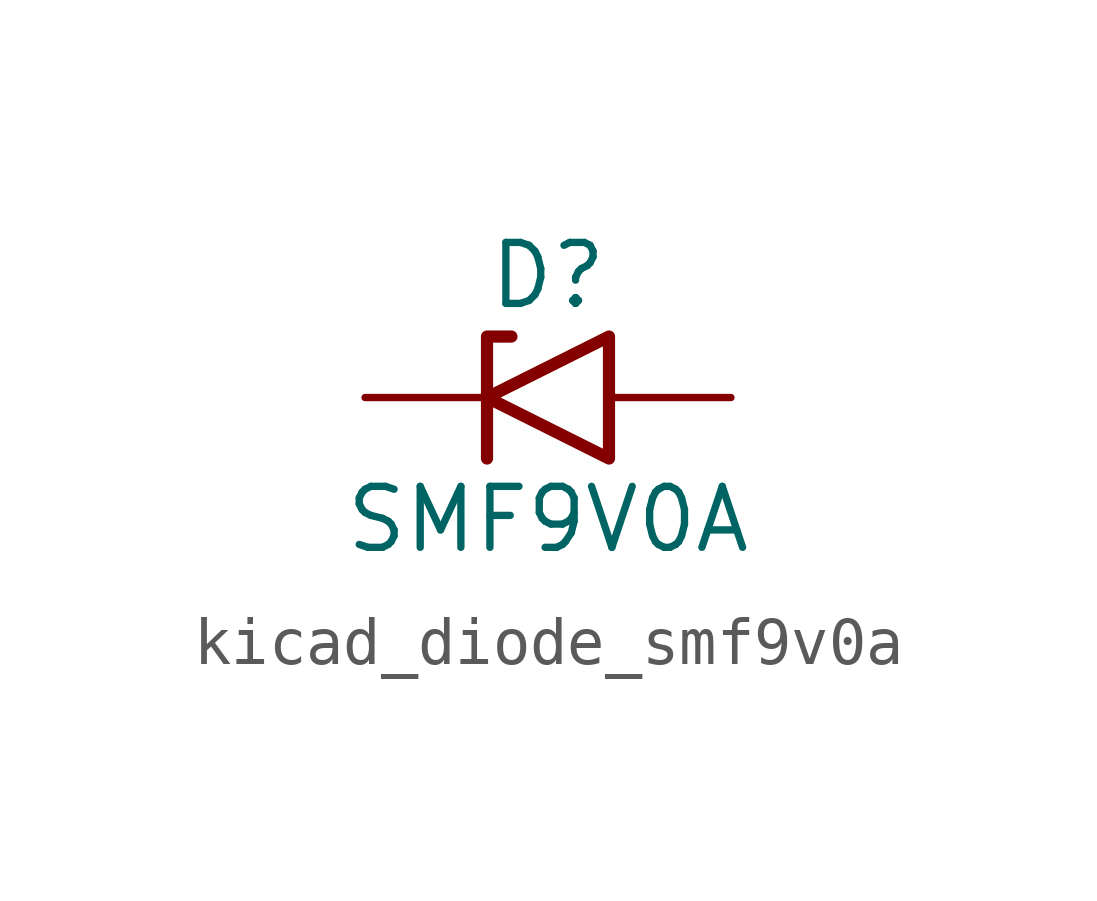
<source format=kicad_sym>
(kicad_symbol_lib
  (version 20220914)
  (generator kicad_symbol_editor)
  (symbol "kicad_diode_smf9v0a"
    (pin_numbers hide)
    (pin_names
      (offset 1.016) hide)
    (property "Reference" "D"
      (at 0 2.54 0)
      (effects (font (size 1.27 1.27))))
    (property "Value" "SMF9V0A"
      (at 0 -2.54 0)
      (effects (font (size 1.27 1.27))))
    (symbol "kicad_diode_smf9v0a_0_1"
      (polyline (pts (xy -0.762 1.27) (xy -1.27 1.27) (xy -1.27 -1.27)) (stroke (width 0.254) (type default)) (fill (type none)))
      (polyline (pts (xy 1.27 1.27) (xy 1.27 -1.27) (xy -1.27 0) (xy 1.27 1.27)) (stroke (width 0.254) (type default)) (fill (type none))))
    (symbol "kicad_diode_smf9v0a_1_1"
      (pin passive line (at -3.81 0 0) (length 2.54) (name "A1" (effects (font (size 1.27 1.27)))) (number "1" (effects (font (size 1.27 1.27)))))
      (pin passive line (at 3.81 0 180) (length 2.54) (name "A2" (effects (font (size 1.27 1.27)))) (number "2" (effects (font (size 1.27 1.27))))))))
</source>
